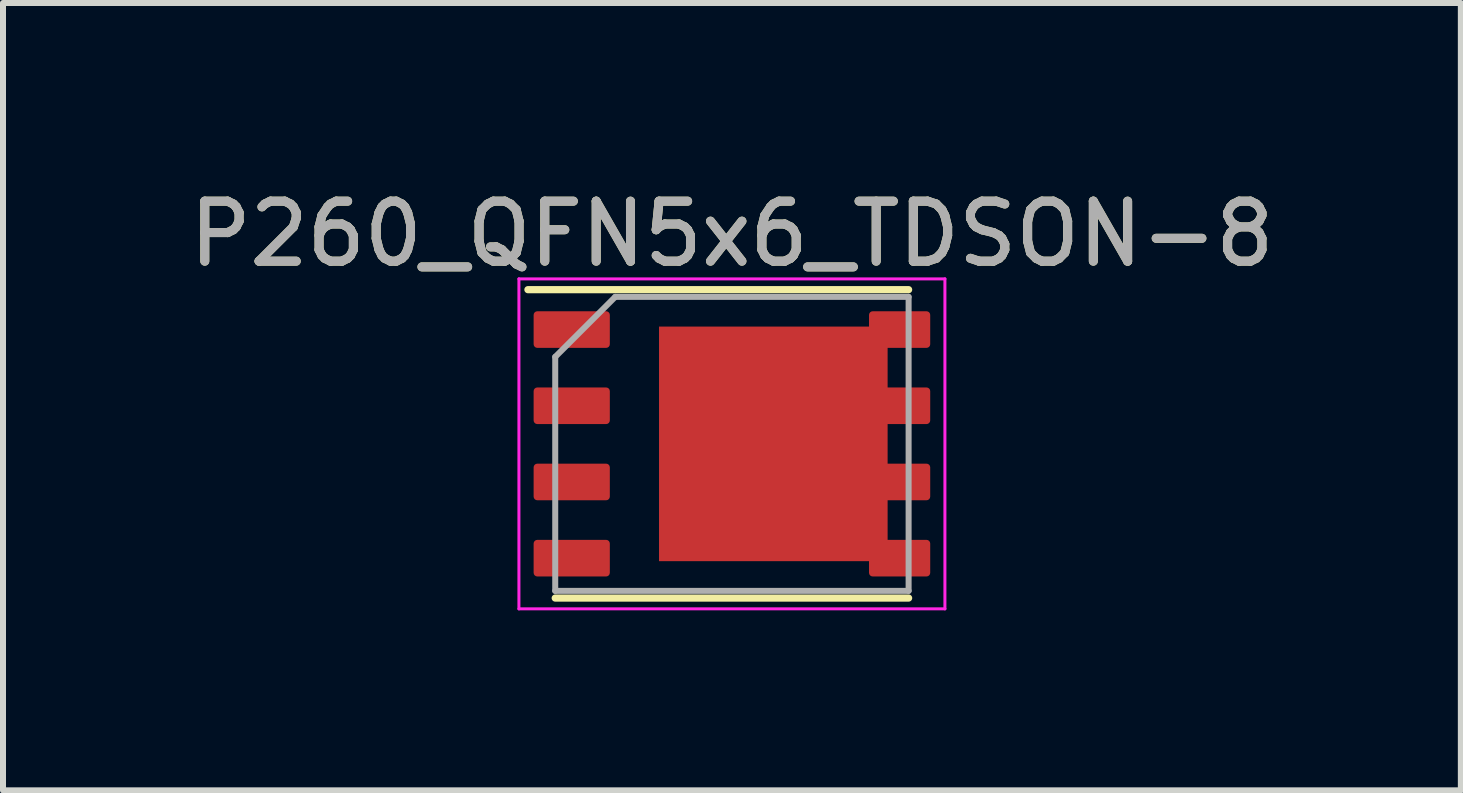
<source format=kicad_pcb>
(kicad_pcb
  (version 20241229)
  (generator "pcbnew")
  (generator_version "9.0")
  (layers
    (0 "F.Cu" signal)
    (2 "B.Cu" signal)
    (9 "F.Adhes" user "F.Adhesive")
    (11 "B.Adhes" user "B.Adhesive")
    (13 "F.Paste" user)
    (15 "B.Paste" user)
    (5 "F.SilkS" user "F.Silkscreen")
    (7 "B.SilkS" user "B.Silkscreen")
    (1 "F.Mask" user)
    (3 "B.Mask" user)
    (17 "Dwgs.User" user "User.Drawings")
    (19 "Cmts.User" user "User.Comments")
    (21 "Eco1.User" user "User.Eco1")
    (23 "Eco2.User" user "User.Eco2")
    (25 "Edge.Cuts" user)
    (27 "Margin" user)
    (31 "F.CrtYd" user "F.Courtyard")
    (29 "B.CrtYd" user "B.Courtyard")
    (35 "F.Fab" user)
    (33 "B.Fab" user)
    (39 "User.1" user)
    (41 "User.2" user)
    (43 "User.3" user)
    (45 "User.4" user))
  (footprint "P260_QFN5x6_TDSON-8"
    (layer "F.Cu")
    (at 9.149 4.348)
    (property "Reference" "P260_QFN5x6_TDSON-8" (at 0 -3.5 0) (layer "F.SilkS") (effects (font (size 1 1) (thickness 0.15))))
    (attr smd)
    (fp_line (start -3.4 -2.57) (end 2.945 -2.57) (stroke (width 0.12) (type solid)) (layer "F.SilkS"))
    (fp_line (start -2.945 2.57) (end 2.945 2.57) (stroke (width 0.12) (type solid)) (layer "F.SilkS"))
    (fp_line (start -3.55 -2.75) (end -3.55 2.75) (stroke (width 0.05) (type solid)) (layer "F.CrtYd"))
    (fp_line (start -3.55 -2.75) (end 3.55 -2.75) (stroke (width 0.05) (type solid)) (layer "F.CrtYd"))
    (fp_line (start -3.55 2.75) (end 3.55 2.75) (stroke (width 0.05) (type solid)) (layer "F.CrtYd"))
    (fp_line (start 3.55 -2.75) (end 3.55 2.75) (stroke (width 0.05) (type solid)) (layer "F.CrtYd"))
    (fp_line (start -2.945 2.45) (end -2.945 -1.45) (stroke (width 0.1) (type solid)) (layer "F.Fab"))
    (fp_line (start -1.945 -2.45) (end -2.945 -1.45) (stroke (width 0.1) (type solid)) (layer "F.Fab"))
    (fp_line (start -1.945 -2.45) (end 2.945 -2.45) (stroke (width 0.1) (type solid)) (layer "F.Fab"))
    (fp_line (start 2.945 -2.45) (end 2.945 2.45) (stroke (width 0.1) (type solid)) (layer "F.Fab"))
    (fp_line (start 2.945 2.45) (end -2.945 2.45) (stroke (width 0.1) (type solid)) (layer "F.Fab"))
    (fp_text user "${REFERENCE}" (at 0 -3.5 0) (layer "F.Fab") (effects (font (size 1 1) (thickness 0.15))))
    (pad "1" smd roundrect (at -2.67 -1.905) (size 1.27 0.61) (layers "F.Cu" "F.Mask" "F.Paste") (roundrect_rratio 0.1))
    (pad "2" smd roundrect (at -2.67 -0.635) (size 1.27 0.61) (layers "F.Cu" "F.Mask" "F.Paste") (roundrect_rratio 0.1))
    (pad "3" smd roundrect (at -2.67 0.635) (size 1.27 0.61) (layers "F.Cu" "F.Mask" "F.Paste") (roundrect_rratio 0.1))
    (pad "4" smd roundrect (at -2.67 1.905) (size 1.27 0.61) (layers "F.Cu" "F.Mask" "F.Paste") (roundrect_rratio 0.1))
    (pad "5" smd rect (at 0.69 0) (size 3.81 3.91) (property pad_prop_heatsink) (layers "F.Cu" "F.Mask" "F.Paste"))
    (pad "5" smd roundrect (at 2.795 -1.905) (size 1.02 0.61) (layers "F.Cu" "F.Mask" "F.Paste") (roundrect_rratio 0.1))
    (pad "5" smd roundrect (at 2.795 -0.635) (size 1.02 0.61) (layers "F.Cu" "F.Mask" "F.Paste") (roundrect_rratio 0.1))
    (pad "5" smd roundrect (at 2.795 0.635) (size 1.02 0.61) (layers "F.Cu" "F.Mask" "F.Paste") (roundrect_rratio 0.1))
    (pad "5" smd roundrect (at 2.795 1.905) (size 1.02 0.61) (layers "F.Cu" "F.Mask" "F.Paste") (roundrect_rratio 0.1)))
  (gr_rect
    (start -3 -3)
    (end 21.298 10.123)
    (stroke (width 0.1) (type default))
    (fill no)
    (layer "Edge.Cuts")))
</source>
